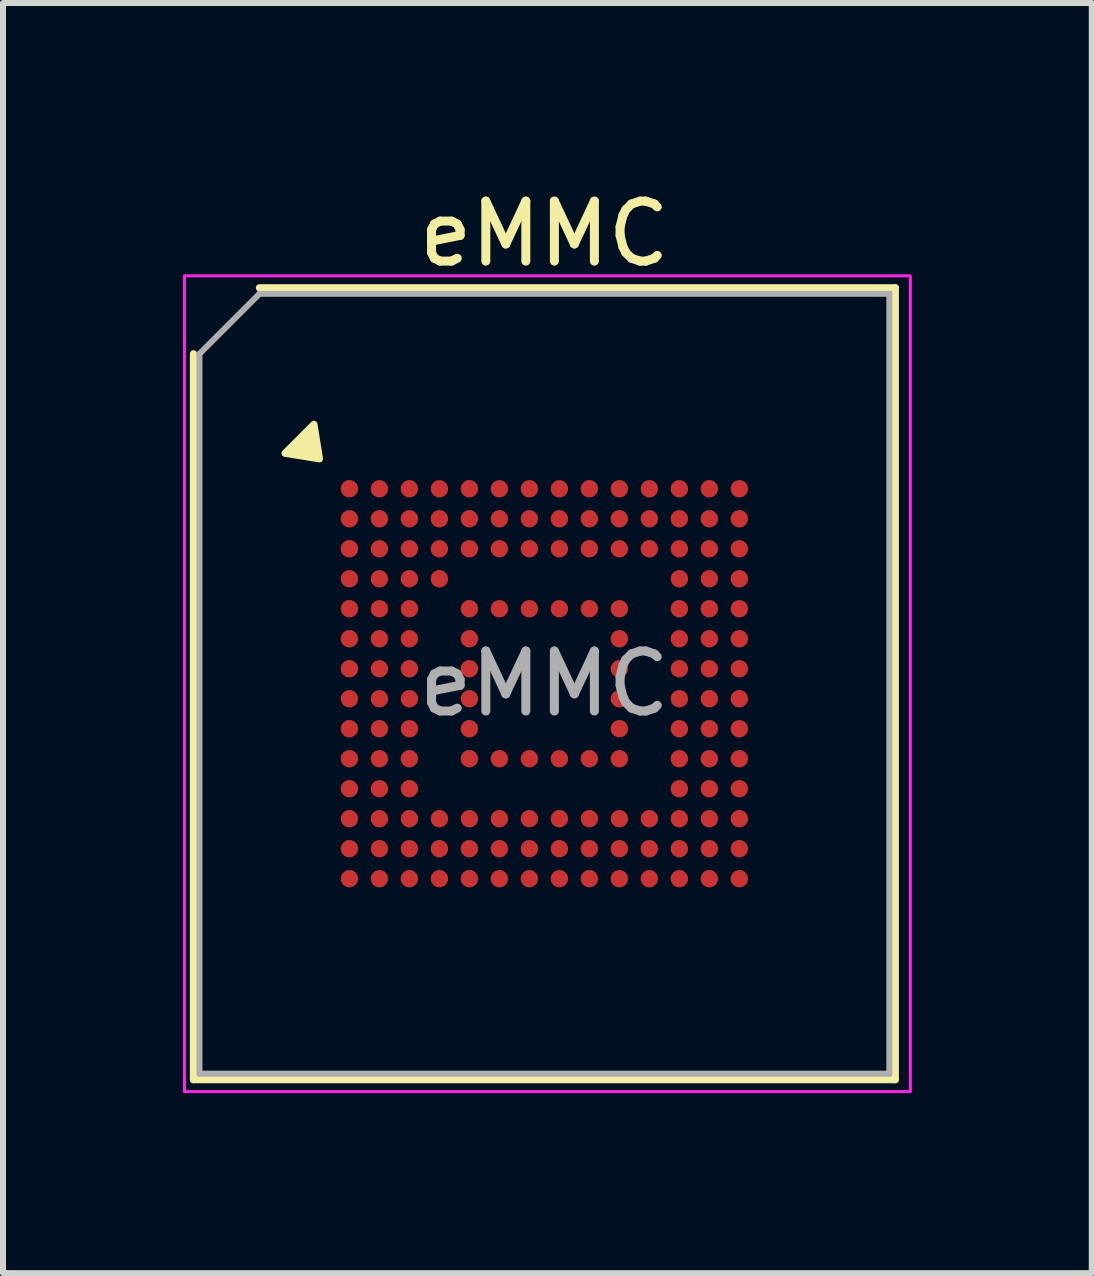
<source format=kicad_pcb>
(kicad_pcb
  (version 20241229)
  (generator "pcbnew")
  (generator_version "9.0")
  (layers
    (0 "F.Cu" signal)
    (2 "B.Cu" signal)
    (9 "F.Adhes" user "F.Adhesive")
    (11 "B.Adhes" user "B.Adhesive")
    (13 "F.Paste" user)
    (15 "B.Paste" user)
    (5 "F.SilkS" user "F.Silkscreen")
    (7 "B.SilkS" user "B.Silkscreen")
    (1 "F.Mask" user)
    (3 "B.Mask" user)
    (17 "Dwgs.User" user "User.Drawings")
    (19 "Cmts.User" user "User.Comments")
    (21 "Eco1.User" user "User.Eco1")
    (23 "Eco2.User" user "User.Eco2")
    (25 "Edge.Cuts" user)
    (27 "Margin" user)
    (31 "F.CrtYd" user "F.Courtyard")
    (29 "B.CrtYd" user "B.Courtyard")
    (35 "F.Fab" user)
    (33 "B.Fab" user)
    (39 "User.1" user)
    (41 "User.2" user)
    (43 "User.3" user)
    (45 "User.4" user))
  (footprint "eMMC"
    (layer "F.Cu")
    (at 6.025 8.348)
    (property "Reference" "eMMC" (at 0 -7.5 0) (layer "F.SilkS") (effects (font (size 1 1) (thickness 0.15))))
    (attr smd)
    (fp_line (start -5.85 6.6) (end -5.85 -5.5) (stroke (width 0.12) (type solid)) (layer "F.SilkS"))
    (fp_line (start -4.75 -6.6) (end 5.85 -6.6) (stroke (width 0.12) (type solid)) (layer "F.SilkS"))
    (fp_line (start 5.85 -6.6) (end 5.85 6.6) (stroke (width 0.12) (type solid)) (layer "F.SilkS"))
    (fp_line (start 5.85 6.6) (end -5.85 6.6) (stroke (width 0.12) (type solid)) (layer "F.SilkS"))
    (fp_poly (pts (xy -3.75 -3.75) (xy -4.323 -3.842) (xy -3.842 -4.323) (xy -3.75 -3.75)) (stroke (width 0.12) (type solid)) (fill yes) (layer "F.SilkS"))
    (fp_rect (start -6 -6.8) (end 6.1 6.8) (stroke (width 0.05) (type default)) (fill no) (layer "F.CrtYd"))
    (fp_line (start -5.75 -5.5) (end -4.75 -6.5) (stroke (width 0.1) (type default)) (layer "F.Fab"))
    (fp_line (start -5.75 6.5) (end -5.75 -5.5) (stroke (width 0.1) (type solid)) (layer "F.Fab"))
    (fp_line (start -4.75 -6.5) (end 5.75 -6.5) (stroke (width 0.1) (type solid)) (layer "F.Fab"))
    (fp_line (start 5.75 -6.5) (end 5.75 6.5) (stroke (width 0.1) (type solid)) (layer "F.Fab"))
    (fp_line (start 5.75 6.5) (end -5.75 6.5) (stroke (width 0.1) (type solid)) (layer "F.Fab"))
    (fp_text user "${REFERENCE}" (at 0 0 0) (layer "F.Fab") (effects (font (size 1 1) (thickness 0.15))))
    (pad "A1" smd circle (at -3.25 -3.25 90) (size 0.29 0.29) (layers "F.Cu" "F.Mask" "F.Paste"))
    (pad "A2" smd circle (at -2.75 -3.25 90) (size 0.29 0.29) (layers "F.Cu" "F.Mask" "F.Paste"))
    (pad "A3" smd circle (at -2.25 -3.25 90) (size 0.29 0.29) (layers "F.Cu" "F.Mask" "F.Paste"))
    (pad "A4" smd circle (at -1.75 -3.25 90) (size 0.29 0.29) (layers "F.Cu" "F.Mask" "F.Paste"))
    (pad "A5" smd circle (at -1.25 -3.25 90) (size 0.29 0.29) (layers "F.Cu" "F.Mask" "F.Paste"))
    (pad "A6" smd circle (at -0.75 -3.25 90) (size 0.29 0.29) (layers "F.Cu" "F.Mask" "F.Paste"))
    (pad "A7" smd circle (at -0.25 -3.25 90) (size 0.29 0.29) (layers "F.Cu" "F.Mask" "F.Paste"))
    (pad "A8" smd circle (at 0.25 -3.25 90) (size 0.29 0.29) (layers "F.Cu" "F.Mask" "F.Paste"))
    (pad "A9" smd circle (at 0.75 -3.25 90) (size 0.29 0.29) (layers "F.Cu" "F.Mask" "F.Paste"))
    (pad "A10" smd circle (at 1.25 -3.25 90) (size 0.29 0.29) (layers "F.Cu" "F.Mask" "F.Paste"))
    (pad "A11" smd circle (at 1.75 -3.25 90) (size 0.29 0.29) (layers "F.Cu" "F.Mask" "F.Paste"))
    (pad "A12" smd circle (at 2.25 -3.25 90) (size 0.29 0.29) (layers "F.Cu" "F.Mask" "F.Paste"))
    (pad "A13" smd circle (at 2.75 -3.25 90) (size 0.29 0.29) (layers "F.Cu" "F.Mask" "F.Paste"))
    (pad "A14" smd circle (at 3.25 -3.25 90) (size 0.29 0.29) (layers "F.Cu" "F.Mask" "F.Paste"))
    (pad "B1" smd circle (at -3.25 -2.75 90) (size 0.29 0.29) (layers "F.Cu" "F.Mask" "F.Paste"))
    (pad "B2" smd circle (at -2.75 -2.75 90) (size 0.29 0.29) (layers "F.Cu" "F.Mask" "F.Paste"))
    (pad "B3" smd circle (at -2.25 -2.75 90) (size 0.29 0.29) (layers "F.Cu" "F.Mask" "F.Paste"))
    (pad "B4" smd circle (at -1.75 -2.75 90) (size 0.29 0.29) (layers "F.Cu" "F.Mask" "F.Paste"))
    (pad "B5" smd circle (at -1.25 -2.75 90) (size 0.29 0.29) (layers "F.Cu" "F.Mask" "F.Paste"))
    (pad "B6" smd circle (at -0.75 -2.75 90) (size 0.29 0.29) (layers "F.Cu" "F.Mask" "F.Paste"))
    (pad "B7" smd circle (at -0.25 -2.75 90) (size 0.29 0.29) (layers "F.Cu" "F.Mask" "F.Paste"))
    (pad "B8" smd circle (at 0.25 -2.75 90) (size 0.29 0.29) (layers "F.Cu" "F.Mask" "F.Paste"))
    (pad "B9" smd circle (at 0.75 -2.75 90) (size 0.29 0.29) (layers "F.Cu" "F.Mask" "F.Paste"))
    (pad "B10" smd circle (at 1.25 -2.75 90) (size 0.29 0.29) (layers "F.Cu" "F.Mask" "F.Paste"))
    (pad "B11" smd circle (at 1.75 -2.75 90) (size 0.29 0.29) (layers "F.Cu" "F.Mask" "F.Paste"))
    (pad "B12" smd circle (at 2.25 -2.75 90) (size 0.29 0.29) (layers "F.Cu" "F.Mask" "F.Paste"))
    (pad "B13" smd circle (at 2.75 -2.75 90) (size 0.29 0.29) (layers "F.Cu" "F.Mask" "F.Paste"))
    (pad "B14" smd circle (at 3.25 -2.75 90) (size 0.29 0.29) (layers "F.Cu" "F.Mask" "F.Paste"))
    (pad "C1" smd circle (at -3.25 -2.25 90) (size 0.29 0.29) (layers "F.Cu" "F.Mask" "F.Paste"))
    (pad "C2" smd circle (at -2.75 -2.25 90) (size 0.29 0.29) (layers "F.Cu" "F.Mask" "F.Paste"))
    (pad "C3" smd circle (at -2.25 -2.25 90) (size 0.29 0.29) (layers "F.Cu" "F.Mask" "F.Paste"))
    (pad "C4" smd circle (at -1.75 -2.25 90) (size 0.29 0.29) (layers "F.Cu" "F.Mask" "F.Paste"))
    (pad "C5" smd circle (at -1.25 -2.25 90) (size 0.29 0.29) (layers "F.Cu" "F.Mask" "F.Paste"))
    (pad "C6" smd circle (at -0.75 -2.25 90) (size 0.29 0.29) (layers "F.Cu" "F.Mask" "F.Paste"))
    (pad "C7" smd circle (at -0.25 -2.25 90) (size 0.29 0.29) (layers "F.Cu" "F.Mask" "F.Paste"))
    (pad "C8" smd circle (at 0.25 -2.25 90) (size 0.29 0.29) (layers "F.Cu" "F.Mask" "F.Paste"))
    (pad "C9" smd circle (at 0.75 -2.25 90) (size 0.29 0.29) (layers "F.Cu" "F.Mask" "F.Paste"))
    (pad "C10" smd circle (at 1.25 -2.25 90) (size 0.29 0.29) (layers "F.Cu" "F.Mask" "F.Paste"))
    (pad "C11" smd circle (at 1.75 -2.25 90) (size 0.29 0.29) (layers "F.Cu" "F.Mask" "F.Paste"))
    (pad "C12" smd circle (at 2.25 -2.25 90) (size 0.29 0.29) (layers "F.Cu" "F.Mask" "F.Paste"))
    (pad "C13" smd circle (at 2.75 -2.25 90) (size 0.29 0.29) (layers "F.Cu" "F.Mask" "F.Paste"))
    (pad "C14" smd circle (at 3.25 -2.25 90) (size 0.29 0.29) (layers "F.Cu" "F.Mask" "F.Paste"))
    (pad "D1" smd circle (at -3.25 -1.75 90) (size 0.29 0.29) (layers "F.Cu" "F.Mask" "F.Paste"))
    (pad "D2" smd circle (at -2.75 -1.75 90) (size 0.29 0.29) (layers "F.Cu" "F.Mask" "F.Paste"))
    (pad "D3" smd circle (at -2.25 -1.75 90) (size 0.29 0.29) (layers "F.Cu" "F.Mask" "F.Paste"))
    (pad "D4" smd circle (at -1.75 -1.75 90) (size 0.29 0.29) (layers "F.Cu" "F.Mask" "F.Paste"))
    (pad "D12" smd circle (at 2.25 -1.75 90) (size 0.29 0.29) (layers "F.Cu" "F.Mask" "F.Paste"))
    (pad "D13" smd circle (at 2.75 -1.75 90) (size 0.29 0.29) (layers "F.Cu" "F.Mask" "F.Paste"))
    (pad "D14" smd circle (at 3.25 -1.75 90) (size 0.29 0.29) (layers "F.Cu" "F.Mask" "F.Paste"))
    (pad "E1" smd circle (at -3.25 -1.25 90) (size 0.29 0.29) (layers "F.Cu" "F.Mask" "F.Paste"))
    (pad "E2" smd circle (at -2.75 -1.25 90) (size 0.29 0.29) (layers "F.Cu" "F.Mask" "F.Paste"))
    (pad "E3" smd circle (at -2.25 -1.25 90) (size 0.29 0.29) (layers "F.Cu" "F.Mask" "F.Paste"))
    (pad "E5" smd circle (at -1.25 -1.25 90) (size 0.29 0.29) (layers "F.Cu" "F.Mask" "F.Paste"))
    (pad "E6" smd circle (at -0.75 -1.25 90) (size 0.29 0.29) (layers "F.Cu" "F.Mask" "F.Paste"))
    (pad "E7" smd circle (at -0.25 -1.25 90) (size 0.29 0.29) (layers "F.Cu" "F.Mask" "F.Paste"))
    (pad "E8" smd circle (at 0.25 -1.25 90) (size 0.29 0.29) (layers "F.Cu" "F.Mask" "F.Paste"))
    (pad "E9" smd circle (at 0.75 -1.25 90) (size 0.29 0.29) (layers "F.Cu" "F.Mask" "F.Paste"))
    (pad "E10" smd circle (at 1.25 -1.25 90) (size 0.29 0.29) (layers "F.Cu" "F.Mask" "F.Paste"))
    (pad "E12" smd circle (at 2.25 -1.25 90) (size 0.29 0.29) (layers "F.Cu" "F.Mask" "F.Paste"))
    (pad "E13" smd circle (at 2.75 -1.25 90) (size 0.29 0.29) (layers "F.Cu" "F.Mask" "F.Paste"))
    (pad "E14" smd circle (at 3.25 -1.25 90) (size 0.29 0.29) (layers "F.Cu" "F.Mask" "F.Paste"))
    (pad "F1" smd circle (at -3.25 -0.75 90) (size 0.29 0.29) (layers "F.Cu" "F.Mask" "F.Paste"))
    (pad "F2" smd circle (at -2.75 -0.75 90) (size 0.29 0.29) (layers "F.Cu" "F.Mask" "F.Paste"))
    (pad "F3" smd circle (at -2.25 -0.75 90) (size 0.29 0.29) (layers "F.Cu" "F.Mask" "F.Paste"))
    (pad "F5" smd circle (at -1.25 -0.75 90) (size 0.29 0.29) (layers "F.Cu" "F.Mask" "F.Paste"))
    (pad "F10" smd circle (at 1.25 -0.75 90) (size 0.29 0.29) (layers "F.Cu" "F.Mask" "F.Paste"))
    (pad "F12" smd circle (at 2.25 -0.75 90) (size 0.29 0.29) (layers "F.Cu" "F.Mask" "F.Paste"))
    (pad "F13" smd circle (at 2.75 -0.75 90) (size 0.29 0.29) (layers "F.Cu" "F.Mask" "F.Paste"))
    (pad "F14" smd circle (at 3.25 -0.75 90) (size 0.29 0.29) (layers "F.Cu" "F.Mask" "F.Paste"))
    (pad "G1" smd circle (at -3.25 -0.25 90) (size 0.29 0.29) (layers "F.Cu" "F.Mask" "F.Paste"))
    (pad "G2" smd circle (at -2.75 -0.25 90) (size 0.29 0.29) (layers "F.Cu" "F.Mask" "F.Paste"))
    (pad "G3" smd circle (at -2.25 -0.25 90) (size 0.29 0.29) (layers "F.Cu" "F.Mask" "F.Paste"))
    (pad "G5" smd circle (at -1.25 -0.25 90) (size 0.29 0.29) (layers "F.Cu" "F.Mask" "F.Paste"))
    (pad "G10" smd circle (at 1.25 -0.25 90) (size 0.29 0.29) (layers "F.Cu" "F.Mask" "F.Paste"))
    (pad "G12" smd circle (at 2.25 -0.25 90) (size 0.29 0.29) (layers "F.Cu" "F.Mask" "F.Paste"))
    (pad "G13" smd circle (at 2.75 -0.25 90) (size 0.29 0.29) (layers "F.Cu" "F.Mask" "F.Paste"))
    (pad "G14" smd circle (at 3.25 -0.25 90) (size 0.29 0.29) (layers "F.Cu" "F.Mask" "F.Paste"))
    (pad "H1" smd circle (at -3.25 0.25 90) (size 0.29 0.29) (layers "F.Cu" "F.Mask" "F.Paste"))
    (pad "H2" smd circle (at -2.75 0.25 90) (size 0.29 0.29) (layers "F.Cu" "F.Mask" "F.Paste"))
    (pad "H3" smd circle (at -2.25 0.25 90) (size 0.29 0.29) (layers "F.Cu" "F.Mask" "F.Paste"))
    (pad "H5" smd circle (at -1.25 0.25 90) (size 0.29 0.29) (layers "F.Cu" "F.Mask" "F.Paste"))
    (pad "H10" smd circle (at 1.25 0.25 90) (size 0.29 0.29) (layers "F.Cu" "F.Mask" "F.Paste"))
    (pad "H12" smd circle (at 2.25 0.25 90) (size 0.29 0.29) (layers "F.Cu" "F.Mask" "F.Paste"))
    (pad "H13" smd circle (at 2.75 0.25 90) (size 0.29 0.29) (layers "F.Cu" "F.Mask" "F.Paste"))
    (pad "H14" smd circle (at 3.25 0.25 90) (size 0.29 0.29) (layers "F.Cu" "F.Mask" "F.Paste"))
    (pad "J1" smd circle (at -3.25 0.75 90) (size 0.29 0.29) (layers "F.Cu" "F.Mask" "F.Paste"))
    (pad "J2" smd circle (at -2.75 0.75 90) (size 0.29 0.29) (layers "F.Cu" "F.Mask" "F.Paste"))
    (pad "J3" smd circle (at -2.25 0.75 90) (size 0.29 0.29) (layers "F.Cu" "F.Mask" "F.Paste"))
    (pad "J5" smd circle (at -1.25 0.75 90) (size 0.29 0.29) (layers "F.Cu" "F.Mask" "F.Paste"))
    (pad "J10" smd circle (at 1.25 0.75 90) (size 0.29 0.29) (layers "F.Cu" "F.Mask" "F.Paste"))
    (pad "J12" smd circle (at 2.25 0.75 90) (size 0.29 0.29) (layers "F.Cu" "F.Mask" "F.Paste"))
    (pad "J13" smd circle (at 2.75 0.75 90) (size 0.29 0.29) (layers "F.Cu" "F.Mask" "F.Paste"))
    (pad "J14" smd circle (at 3.25 0.75 90) (size 0.29 0.29) (layers "F.Cu" "F.Mask" "F.Paste"))
    (pad "K1" smd circle (at -3.25 1.25 90) (size 0.29 0.29) (layers "F.Cu" "F.Mask" "F.Paste"))
    (pad "K2" smd circle (at -2.75 1.25 90) (size 0.29 0.29) (layers "F.Cu" "F.Mask" "F.Paste"))
    (pad "K3" smd circle (at -2.25 1.25 90) (size 0.29 0.29) (layers "F.Cu" "F.Mask" "F.Paste"))
    (pad "K5" smd circle (at -1.25 1.25 90) (size 0.29 0.29) (layers "F.Cu" "F.Mask" "F.Paste"))
    (pad "K6" smd circle (at -0.75 1.25 90) (size 0.29 0.29) (layers "F.Cu" "F.Mask" "F.Paste"))
    (pad "K7" smd circle (at -0.25 1.25 90) (size 0.29 0.29) (layers "F.Cu" "F.Mask" "F.Paste"))
    (pad "K8" smd circle (at 0.25 1.25 90) (size 0.29 0.29) (layers "F.Cu" "F.Mask" "F.Paste"))
    (pad "K9" smd circle (at 0.75 1.25 90) (size 0.29 0.29) (layers "F.Cu" "F.Mask" "F.Paste"))
    (pad "K10" smd circle (at 1.25 1.25 90) (size 0.29 0.29) (layers "F.Cu" "F.Mask" "F.Paste"))
    (pad "K12" smd circle (at 2.25 1.25 90) (size 0.29 0.29) (layers "F.Cu" "F.Mask" "F.Paste"))
    (pad "K13" smd circle (at 2.75 1.25 90) (size 0.29 0.29) (layers "F.Cu" "F.Mask" "F.Paste"))
    (pad "K14" smd circle (at 3.25 1.25 90) (size 0.29 0.29) (layers "F.Cu" "F.Mask" "F.Paste"))
    (pad "L1" smd circle (at -3.25 1.75 90) (size 0.29 0.29) (layers "F.Cu" "F.Mask" "F.Paste"))
    (pad "L2" smd circle (at -2.75 1.75 90) (size 0.29 0.29) (layers "F.Cu" "F.Mask" "F.Paste"))
    (pad "L3" smd circle (at -2.25 1.75 90) (size 0.29 0.29) (layers "F.Cu" "F.Mask" "F.Paste"))
    (pad "L12" smd circle (at 2.25 1.75 90) (size 0.29 0.29) (layers "F.Cu" "F.Mask" "F.Paste"))
    (pad "L13" smd circle (at 2.75 1.75 90) (size 0.29 0.29) (layers "F.Cu" "F.Mask" "F.Paste"))
    (pad "L14" smd circle (at 3.25 1.75 90) (size 0.29 0.29) (layers "F.Cu" "F.Mask" "F.Paste"))
    (pad "M1" smd circle (at -3.25 2.25 90) (size 0.29 0.29) (layers "F.Cu" "F.Mask" "F.Paste"))
    (pad "M2" smd circle (at -2.75 2.25 90) (size 0.29 0.29) (layers "F.Cu" "F.Mask" "F.Paste"))
    (pad "M3" smd circle (at -2.25 2.25 90) (size 0.29 0.29) (layers "F.Cu" "F.Mask" "F.Paste"))
    (pad "M4" smd circle (at -1.75 2.25 90) (size 0.29 0.29) (layers "F.Cu" "F.Mask" "F.Paste"))
    (pad "M5" smd circle (at -1.25 2.25 90) (size 0.29 0.29) (layers "F.Cu" "F.Mask" "F.Paste"))
    (pad "M6" smd circle (at -0.75 2.25 90) (size 0.29 0.29) (layers "F.Cu" "F.Mask" "F.Paste"))
    (pad "M7" smd circle (at -0.25 2.25 90) (size 0.29 0.29) (layers "F.Cu" "F.Mask" "F.Paste"))
    (pad "M8" smd circle (at 0.25 2.25 90) (size 0.29 0.29) (layers "F.Cu" "F.Mask" "F.Paste"))
    (pad "M9" smd circle (at 0.75 2.25 90) (size 0.29 0.29) (layers "F.Cu" "F.Mask" "F.Paste"))
    (pad "M10" smd circle (at 1.25 2.25 90) (size 0.29 0.29) (layers "F.Cu" "F.Mask" "F.Paste"))
    (pad "M11" smd circle (at 1.75 2.25 90) (size 0.29 0.29) (layers "F.Cu" "F.Mask" "F.Paste"))
    (pad "M12" smd circle (at 2.25 2.25 90) (size 0.29 0.29) (layers "F.Cu" "F.Mask" "F.Paste"))
    (pad "M13" smd circle (at 2.75 2.25 90) (size 0.29 0.29) (layers "F.Cu" "F.Mask" "F.Paste"))
    (pad "M14" smd circle (at 3.25 2.25 90) (size 0.29 0.29) (layers "F.Cu" "F.Mask" "F.Paste"))
    (pad "N1" smd circle (at -3.25 2.75 90) (size 0.29 0.29) (layers "F.Cu" "F.Mask" "F.Paste"))
    (pad "N2" smd circle (at -2.75 2.75 90) (size 0.29 0.29) (layers "F.Cu" "F.Mask" "F.Paste"))
    (pad "N3" smd circle (at -2.25 2.75 90) (size 0.29 0.29) (layers "F.Cu" "F.Mask" "F.Paste"))
    (pad "N4" smd circle (at -1.75 2.75 90) (size 0.29 0.29) (layers "F.Cu" "F.Mask" "F.Paste"))
    (pad "N5" smd circle (at -1.25 2.75 90) (size 0.29 0.29) (layers "F.Cu" "F.Mask" "F.Paste"))
    (pad "N6" smd circle (at -0.75 2.75 90) (size 0.29 0.29) (layers "F.Cu" "F.Mask" "F.Paste"))
    (pad "N7" smd circle (at -0.25 2.75 90) (size 0.29 0.29) (layers "F.Cu" "F.Mask" "F.Paste"))
    (pad "N8" smd circle (at 0.25 2.75 90) (size 0.29 0.29) (layers "F.Cu" "F.Mask" "F.Paste"))
    (pad "N9" smd circle (at 0.75 2.75 90) (size 0.29 0.29) (layers "F.Cu" "F.Mask" "F.Paste"))
    (pad "N10" smd circle (at 1.25 2.75 90) (size 0.29 0.29) (layers "F.Cu" "F.Mask" "F.Paste"))
    (pad "N11" smd circle (at 1.75 2.75 90) (size 0.29 0.29) (layers "F.Cu" "F.Mask" "F.Paste"))
    (pad "N12" smd circle (at 2.25 2.75 90) (size 0.29 0.29) (layers "F.Cu" "F.Mask" "F.Paste"))
    (pad "N13" smd circle (at 2.75 2.75 90) (size 0.29 0.29) (layers "F.Cu" "F.Mask" "F.Paste"))
    (pad "N14" smd circle (at 3.25 2.75 90) (size 0.29 0.29) (layers "F.Cu" "F.Mask" "F.Paste"))
    (pad "P1" smd circle (at -3.25 3.25 90) (size 0.29 0.29) (layers "F.Cu" "F.Mask" "F.Paste"))
    (pad "P2" smd circle (at -2.75 3.25 90) (size 0.29 0.29) (layers "F.Cu" "F.Mask" "F.Paste"))
    (pad "P3" smd circle (at -2.25 3.25 90) (size 0.29 0.29) (layers "F.Cu" "F.Mask" "F.Paste"))
    (pad "P4" smd circle (at -1.75 3.25 90) (size 0.29 0.29) (layers "F.Cu" "F.Mask" "F.Paste"))
    (pad "P5" smd circle (at -1.25 3.25 90) (size 0.29 0.29) (layers "F.Cu" "F.Mask" "F.Paste"))
    (pad "P6" smd circle (at -0.75 3.25 90) (size 0.29 0.29) (layers "F.Cu" "F.Mask" "F.Paste"))
    (pad "P7" smd circle (at -0.25 3.25 90) (size 0.29 0.29) (layers "F.Cu" "F.Mask" "F.Paste"))
    (pad "P8" smd circle (at 0.25 3.25 90) (size 0.29 0.29) (layers "F.Cu" "F.Mask" "F.Paste"))
    (pad "P9" smd circle (at 0.75 3.25 90) (size 0.29 0.29) (layers "F.Cu" "F.Mask" "F.Paste"))
    (pad "P10" smd circle (at 1.25 3.25 90) (size 0.29 0.29) (layers "F.Cu" "F.Mask" "F.Paste"))
    (pad "P11" smd circle (at 1.75 3.25 90) (size 0.29 0.29) (layers "F.Cu" "F.Mask" "F.Paste"))
    (pad "P12" smd circle (at 2.25 3.25 90) (size 0.29 0.29) (layers "F.Cu" "F.Mask" "F.Paste"))
    (pad "P13" smd circle (at 2.75 3.25 90) (size 0.29 0.29) (layers "F.Cu" "F.Mask" "F.Paste"))
    (pad "P14" smd circle (at 3.25 3.25 90) (size 0.29 0.29) (layers "F.Cu" "F.Mask" "F.Paste")))
  (gr_rect
    (start -3 -3)
    (end 15.15 18.173)
    (stroke (width 0.1) (type default))
    (fill no)
    (layer "Edge.Cuts")))
</source>
